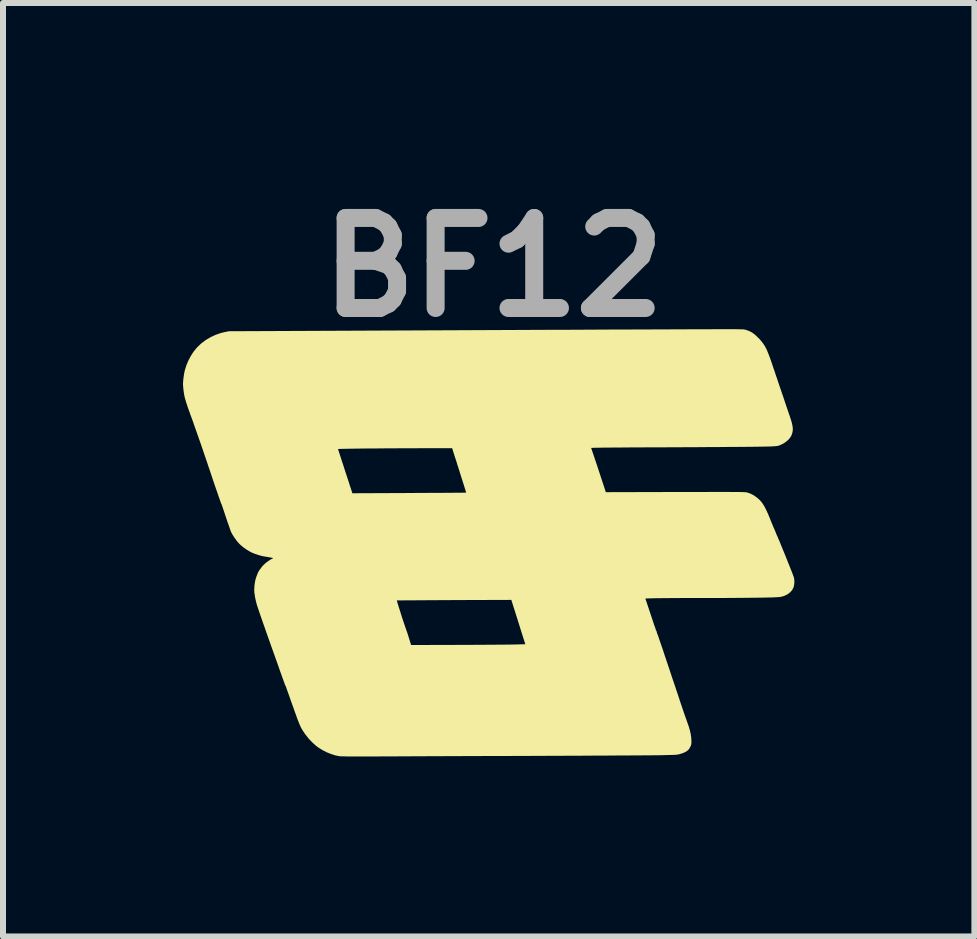
<source format=kicad_pcb>
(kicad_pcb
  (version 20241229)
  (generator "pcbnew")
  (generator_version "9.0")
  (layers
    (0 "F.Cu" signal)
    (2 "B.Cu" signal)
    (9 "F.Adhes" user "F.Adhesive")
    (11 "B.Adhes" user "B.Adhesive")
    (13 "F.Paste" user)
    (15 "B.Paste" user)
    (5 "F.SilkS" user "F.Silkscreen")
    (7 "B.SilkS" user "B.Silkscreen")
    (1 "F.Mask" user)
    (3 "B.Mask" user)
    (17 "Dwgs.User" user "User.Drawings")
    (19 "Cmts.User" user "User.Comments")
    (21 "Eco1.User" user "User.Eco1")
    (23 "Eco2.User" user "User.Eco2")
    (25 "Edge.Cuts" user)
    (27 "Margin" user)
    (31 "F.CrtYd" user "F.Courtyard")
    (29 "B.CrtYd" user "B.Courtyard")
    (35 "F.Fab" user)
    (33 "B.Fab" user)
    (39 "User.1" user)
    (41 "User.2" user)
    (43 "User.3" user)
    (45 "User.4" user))
  (footprint "BF12"
    (layer "F.Cu")
    (at 5.194 6.094)
    (property "Reference" "BF12" (at -0.02 -4.69 0) (layer "F.Fab") (effects (font (size 1.5 1.5) (thickness 0.3))))
    (attr board_only exclude_from_pos_files exclude_from_bom)
    (fp_poly (pts (xy 3.933 -3.658) (xy 3.949 -3.658) (xy 4.006 -3.658) (xy 4.052 -3.657) (xy 4.088 -3.656) (xy 4.117 -3.656) (xy 4.139 -3.655) (xy 4.156 -3.653) (xy 4.17 -3.651) (xy 4.181 -3.649) (xy 4.192 -3.645) (xy 4.203 -3.641) (xy 4.207 -3.64) (xy 4.25 -3.623) (xy 4.286 -3.604) (xy 4.319 -3.581) (xy 4.354 -3.552) (xy 4.365 -3.541) (xy 4.421 -3.485) (xy 4.466 -3.43) (xy 4.503 -3.375) (xy 4.533 -3.317) (xy 4.545 -3.288) (xy 4.554 -3.265) (xy 4.563 -3.244) (xy 4.568 -3.231) (xy 4.573 -3.217) (xy 4.576 -3.209) (xy 4.576 -3.209) (xy 4.579 -3.202) (xy 4.581 -3.197) (xy 4.584 -3.19) (xy 4.59 -3.172) (xy 4.6 -3.145) (xy 4.612 -3.109) (xy 4.627 -3.065) (xy 4.644 -3.014) (xy 4.664 -2.957) (xy 4.684 -2.895) (xy 4.707 -2.829) (xy 4.728 -2.765) (xy 4.753 -2.692) (xy 4.778 -2.619) (xy 4.802 -2.549) (xy 4.825 -2.481) (xy 4.846 -2.417) (xy 4.866 -2.359) (xy 4.883 -2.308) (xy 4.898 -2.265) (xy 4.909 -2.231) (xy 4.915 -2.216) (xy 4.935 -2.154) (xy 4.951 -2.101) (xy 4.961 -2.055) (xy 4.967 -2.016) (xy 4.968 -1.981) (xy 4.964 -1.949) (xy 4.956 -1.918) (xy 4.944 -1.886) (xy 4.94 -1.877) (xy 4.922 -1.849) (xy 4.896 -1.818) (xy 4.863 -1.789) (xy 4.827 -1.763) (xy 4.798 -1.746) (xy 4.783 -1.739) (xy 4.769 -1.732) (xy 4.756 -1.726) (xy 4.743 -1.721) (xy 4.729 -1.717) (xy 4.713 -1.713) (xy 4.693 -1.71) (xy 4.67 -1.708) (xy 4.642 -1.706) (xy 4.609 -1.704) (xy 4.569 -1.703) (xy 4.522 -1.702) (xy 4.466 -1.701) (xy 4.401 -1.7) (xy 4.326 -1.699) (xy 4.24 -1.698) (xy 4.217 -1.698) (xy 4.159 -1.697) (xy 4.09 -1.697) (xy 4.011 -1.696) (xy 3.923 -1.696) (xy 3.826 -1.695) (xy 3.723 -1.694) (xy 3.613 -1.694) (xy 3.499 -1.693) (xy 3.38 -1.692) (xy 3.258 -1.692) (xy 3.135 -1.691) (xy 3.01 -1.69) (xy 2.885 -1.69) (xy 2.762 -1.689) (xy 2.678 -1.689) (xy 2.534 -1.689) (xy 2.403 -1.688) (xy 2.282 -1.688) (xy 2.173 -1.687) (xy 2.075 -1.686) (xy 1.987 -1.686) (xy 1.909 -1.685) (xy 1.841 -1.685) (xy 1.783 -1.684) (xy 1.733 -1.683) (xy 1.693 -1.683) (xy 1.66 -1.682) (xy 1.636 -1.681) (xy 1.619 -1.68) (xy 1.609 -1.679) (xy 1.607 -1.678) (xy 1.609 -1.672) (xy 1.616 -1.654) (xy 1.625 -1.627) (xy 1.637 -1.592) (xy 1.652 -1.548) (xy 1.668 -1.499) (xy 1.687 -1.443) (xy 1.707 -1.384) (xy 1.728 -1.32) (xy 1.732 -1.307) (xy 1.852 -0.942) (xy 3.013 -0.945) (xy 3.153 -0.945) (xy 3.281 -0.945) (xy 3.398 -0.945) (xy 3.505 -0.945) (xy 3.601 -0.946) (xy 3.688 -0.946) (xy 3.765 -0.946) (xy 3.835 -0.946) (xy 3.896 -0.946) (xy 3.95 -0.945) (xy 3.997 -0.945) (xy 4.037 -0.945) (xy 4.072 -0.945) (xy 4.102 -0.944) (xy 4.126 -0.944) (xy 4.146 -0.943) (xy 4.163 -0.942) (xy 4.176 -0.941) (xy 4.187 -0.94) (xy 4.195 -0.939) (xy 4.202 -0.938) (xy 4.208 -0.937) (xy 4.213 -0.936) (xy 4.214 -0.935) (xy 4.269 -0.915) (xy 4.321 -0.887) (xy 4.373 -0.85) (xy 4.414 -0.814) (xy 4.441 -0.784) (xy 4.468 -0.747) (xy 4.496 -0.702) (xy 4.524 -0.647) (xy 4.554 -0.582) (xy 4.586 -0.505) (xy 4.591 -0.493) (xy 4.605 -0.457) (xy 4.619 -0.422) (xy 4.632 -0.391) (xy 4.642 -0.367) (xy 4.648 -0.353) (xy 4.657 -0.333) (xy 4.669 -0.306) (xy 4.681 -0.276) (xy 4.689 -0.256) (xy 4.7 -0.229) (xy 4.71 -0.207) (xy 4.717 -0.191) (xy 4.721 -0.184) (xy 4.724 -0.178) (xy 4.723 -0.177) (xy 4.723 -0.172) (xy 4.728 -0.163) (xy 4.732 -0.154) (xy 4.741 -0.135) (xy 4.753 -0.107) (xy 4.767 -0.071) (xy 4.784 -0.03) (xy 4.803 0.017) (xy 4.824 0.067) (xy 4.845 0.119) (xy 4.866 0.172) (xy 4.887 0.225) (xy 4.908 0.277) (xy 4.927 0.325) (xy 4.945 0.37) (xy 4.96 0.408) (xy 4.972 0.441) (xy 4.981 0.465) (xy 4.986 0.48) (xy 4.987 0.483) (xy 4.993 0.52) (xy 4.994 0.561) (xy 4.99 0.601) (xy 4.983 0.636) (xy 4.979 0.647) (xy 4.955 0.692) (xy 4.92 0.73) (xy 4.876 0.762) (xy 4.823 0.787) (xy 4.777 0.801) (xy 4.762 0.803) (xy 4.739 0.806) (xy 4.707 0.808) (xy 4.667 0.81) (xy 4.617 0.812) (xy 4.558 0.813) (xy 4.489 0.815) (xy 4.41 0.816) (xy 4.321 0.817) (xy 4.222 0.818) (xy 4.112 0.819) (xy 3.991 0.82) (xy 3.859 0.821) (xy 3.715 0.821) (xy 3.56 0.821) (xy 3.434 0.822) (xy 3.342 0.822) (xy 3.251 0.822) (xy 3.163 0.822) (xy 3.078 0.822) (xy 2.997 0.823) (xy 2.922 0.823) (xy 2.852 0.824) (xy 2.791 0.824) (xy 2.737 0.825) (xy 2.693 0.825) (xy 2.659 0.826) (xy 2.639 0.826) (xy 2.511 0.83) (xy 2.589 1.065) (xy 2.606 1.116) (xy 2.622 1.164) (xy 2.637 1.207) (xy 2.649 1.245) (xy 2.659 1.275) (xy 2.667 1.296) (xy 2.671 1.308) (xy 2.671 1.309) (xy 2.676 1.32) (xy 2.677 1.323) (xy 2.679 1.331) (xy 2.682 1.339) (xy 2.682 1.34) (xy 2.685 1.35) (xy 2.686 1.35) (xy 2.686 1.36) (xy 2.69 1.364) (xy 2.692 1.364) (xy 2.696 1.369) (xy 2.696 1.373) (xy 2.696 1.381) (xy 2.699 1.382) (xy 2.703 1.387) (xy 2.702 1.391) (xy 2.701 1.4) (xy 2.703 1.402) (xy 2.706 1.408) (xy 2.712 1.424) (xy 2.722 1.45) (xy 2.734 1.485) (xy 2.748 1.527) (xy 2.765 1.576) (xy 2.784 1.631) (xy 2.804 1.69) (xy 2.825 1.752) (xy 2.827 1.76) (xy 2.863 1.867) (xy 2.898 1.971) (xy 2.932 2.073) (xy 2.964 2.17) (xy 2.996 2.263) (xy 3.025 2.351) (xy 3.053 2.433) (xy 3.078 2.51) (xy 3.101 2.579) (xy 3.122 2.64) (xy 3.14 2.694) (xy 3.155 2.739) (xy 3.168 2.775) (xy 3.176 2.8) (xy 3.182 2.815) (xy 3.183 2.82) (xy 3.187 2.829) (xy 3.188 2.832) (xy 3.191 2.839) (xy 3.193 2.844) (xy 3.196 2.855) (xy 3.202 2.872) (xy 3.205 2.88) (xy 3.212 2.9) (xy 3.221 2.926) (xy 3.23 2.952) (xy 3.231 2.953) (xy 3.251 3.021) (xy 3.267 3.089) (xy 3.276 3.155) (xy 3.278 3.198) (xy 3.278 3.228) (xy 3.277 3.249) (xy 3.274 3.266) (xy 3.269 3.281) (xy 3.262 3.297) (xy 3.25 3.319) (xy 3.237 3.339) (xy 3.23 3.349) (xy 3.207 3.369) (xy 3.175 3.389) (xy 3.134 3.407) (xy 3.096 3.419) (xy 3.082 3.423) (xy 3.07 3.426) (xy 3.057 3.429) (xy 3.043 3.431) (xy 3.026 3.433) (xy 3.004 3.435) (xy 2.977 3.436) (xy 2.943 3.437) (xy 2.902 3.438) (xy 2.85 3.439) (xy 2.788 3.441) (xy 2.78 3.441) (xy 2.753 3.441) (xy 2.714 3.442) (xy 2.664 3.442) (xy 2.603 3.443) (xy 2.533 3.443) (xy 2.453 3.444) (xy 2.364 3.445) (xy 2.267 3.445) (xy 2.162 3.446) (xy 2.05 3.446) (xy 1.931 3.447) (xy 1.805 3.448) (xy 1.674 3.448) (xy 1.538 3.449) (xy 1.398 3.45) (xy 1.253 3.45) (xy 1.105 3.451) (xy 0.955 3.451) (xy 0.801 3.452) (xy 0.646 3.452) (xy 0.591 3.453) (xy 0.431 3.453) (xy 0.27 3.454) (xy 0.11 3.454) (xy -0.049 3.455) (xy -0.207 3.455) (xy -0.363 3.456) (xy -0.516 3.456) (xy -0.665 3.457) (xy -0.81 3.457) (xy -0.951 3.458) (xy -1.085 3.458) (xy -1.214 3.459) (xy -1.336 3.459) (xy -1.45 3.46) (xy -1.556 3.46) (xy -1.653 3.461) (xy -1.741 3.461) (xy -1.818 3.461) (xy -1.884 3.461) (xy -1.937 3.462) (xy -2.026 3.462) (xy -2.111 3.462) (xy -2.192 3.462) (xy -2.268 3.462) (xy -2.337 3.462) (xy -2.4 3.462) (xy -2.454 3.462) (xy -2.5 3.461) (xy -2.537 3.46) (xy -2.563 3.46) (xy -2.578 3.459) (xy -2.58 3.459) (xy -2.649 3.446) (xy -2.722 3.423) (xy -2.796 3.394) (xy -2.867 3.358) (xy -2.932 3.318) (xy -2.978 3.284) (xy -3.041 3.227) (xy -3.097 3.168) (xy -3.15 3.102) (xy -3.169 3.075) (xy -3.189 3.046) (xy -3.206 3.019) (xy -3.222 2.992) (xy -3.236 2.963) (xy -3.251 2.93) (xy -3.266 2.893) (xy -3.284 2.848) (xy -3.303 2.795) (xy -3.316 2.759) (xy -3.335 2.707) (xy -3.355 2.649) (xy -3.377 2.589) (xy -3.398 2.53) (xy -3.416 2.478) (xy -3.42 2.466) (xy -3.434 2.427) (xy -3.447 2.391) (xy -3.458 2.36) (xy -3.467 2.336) (xy -3.472 2.32) (xy -3.474 2.316) (xy -3.476 2.308) (xy -3.476 2.306) (xy -3.478 2.301) (xy -3.484 2.29) (xy -3.49 2.278) (xy -3.493 2.271) (xy -3.496 2.264) (xy -3.497 2.259) (xy -3.498 2.257) (xy -3.5 2.253) (xy -3.502 2.247) (xy -3.505 2.238) (xy -3.51 2.226) (xy -3.515 2.21) (xy -3.523 2.19) (xy -3.532 2.164) (xy -3.543 2.133) (xy -3.556 2.096) (xy -3.572 2.052) (xy -3.59 2.001) (xy -3.61 1.943) (xy -3.634 1.876) (xy -3.661 1.8) (xy -3.691 1.716) (xy -3.725 1.621) (xy -3.762 1.516) (xy -3.801 1.407) (xy -3.825 1.337) (xy -3.849 1.269) (xy -3.872 1.204) (xy -3.893 1.143) (xy -3.912 1.088) (xy -3.929 1.038) (xy -3.943 0.996) (xy -3.954 0.963) (xy -3.962 0.939) (xy -3.965 0.929) (xy -3.976 0.887) (xy -3.982 0.862) (xy -1.631 0.862) (xy -1.63 0.868) (xy -1.625 0.884) (xy -1.618 0.909) (xy -1.608 0.941) (xy -1.597 0.979) (xy -1.583 1.021) (xy -1.569 1.065) (xy -1.555 1.111) (xy -1.54 1.157) (xy -1.526 1.201) (xy -1.512 1.241) (xy -1.5 1.277) (xy -1.49 1.307) (xy -1.482 1.33) (xy -1.477 1.343) (xy -1.473 1.354) (xy -1.466 1.375) (xy -1.456 1.403) (xy -1.445 1.437) (xy -1.434 1.474) (xy -1.431 1.483) (xy -1.393 1.605) (xy -0.649 1.603) (xy -0.55 1.603) (xy -0.452 1.602) (xy -0.355 1.602) (xy -0.26 1.601) (xy -0.168 1.601) (xy -0.081 1.6) (xy 0.000312 1.6) (xy 0.075 1.599) (xy 0.143 1.599) (xy 0.202 1.598) (xy 0.251 1.598) (xy 0.289 1.597) (xy 0.302 1.597) (xy 0.51 1.592) (xy 0.394 1.223) (xy 0.277 0.853) (xy -0.676 0.856) (xy -0.783 0.857) (xy -0.886 0.857) (xy -0.985 0.858) (xy -1.08 0.858) (xy -1.17 0.859) (xy -1.253 0.859) (xy -1.33 0.86) (xy -1.4 0.86) (xy -1.462 0.86) (xy -1.515 0.861) (xy -1.559 0.861) (xy -1.593 0.861) (xy -1.616 0.861) (xy -1.629 0.862) (xy -1.631 0.862) (xy -3.982 0.862) (xy -3.985 0.848) (xy -3.992 0.816) (xy -3.997 0.79) (xy -3.998 0.773) (xy -3.998 0.767) (xy -3.999 0.76) (xy -4.001 0.758) (xy -4.003 0.751) (xy -4.005 0.733) (xy -4.007 0.707) (xy -4.007 0.683) (xy -4.004 0.62) (xy -3.996 0.558) (xy -3.983 0.501) (xy -3.966 0.451) (xy -3.964 0.446) (xy -3.955 0.426) (xy -3.949 0.408) (xy -3.946 0.398) (xy -3.946 0.398) (xy -3.943 0.391) (xy -3.94 0.39) (xy -3.935 0.385) (xy -3.934 0.381) (xy -3.93 0.369) (xy -3.926 0.364) (xy -3.919 0.355) (xy -3.908 0.34) (xy -3.894 0.321) (xy -3.894 0.32) (xy -3.866 0.285) (xy -3.828 0.248) (xy -3.785 0.214) (xy -3.74 0.184) (xy -3.716 0.171) (xy -3.701 0.163) (xy -3.692 0.157) (xy -3.691 0.155) (xy -3.698 0.154) (xy -3.714 0.151) (xy -3.738 0.146) (xy -3.769 0.141) (xy -3.791 0.137) (xy -3.827 0.131) (xy -3.862 0.125) (xy -3.892 0.118) (xy -3.914 0.112) (xy -3.922 0.11) (xy -3.948 0.101) (xy -3.977 0.092) (xy -3.989 0.088) (xy -4.034 0.071) (xy -4.084 0.046) (xy -4.136 0.014) (xy -4.186 -0.021) (xy -4.232 -0.059) (xy -4.26 -0.086) (xy -4.287 -0.116) (xy -4.315 -0.153) (xy -4.343 -0.193) (xy -4.368 -0.232) (xy -4.387 -0.267) (xy -4.393 -0.278) (xy -4.399 -0.293) (xy -4.408 -0.318) (xy -4.419 -0.351) (xy -4.433 -0.39) (xy -4.449 -0.435) (xy -4.465 -0.482) (xy -4.476 -0.516) (xy -4.492 -0.563) (xy -4.506 -0.606) (xy -4.519 -0.645) (xy -4.53 -0.677) (xy -4.538 -0.701) (xy -4.544 -0.717) (xy -4.545 -0.722) (xy -4.548 -0.732) (xy -4.548 -0.733) (xy -4.552 -0.741) (xy -4.554 -0.742) (xy -4.557 -0.749) (xy -4.563 -0.765) (xy -4.573 -0.792) (xy -4.585 -0.828) (xy -4.601 -0.872) (xy -4.618 -0.923) (xy -4.638 -0.98) (xy -4.66 -1.043) (xy -4.683 -1.111) (xy -4.707 -1.182) (xy -4.72 -1.221) (xy -4.745 -1.297) (xy -4.771 -1.372) (xy -4.795 -1.445) (xy -4.819 -1.515) (xy -4.841 -1.58) (xy -4.862 -1.64) (xy -4.868 -1.66) (xy -2.613 -1.66) (xy -2.607 -1.651) (xy -2.607 -1.649) (xy -2.607 -1.648) (xy -2.607 -1.647) (xy -2.606 -1.646) (xy -2.605 -1.642) (xy -2.603 -1.636) (xy -2.6 -1.627) (xy -2.596 -1.612) (xy -2.589 -1.593) (xy -2.581 -1.567) (xy -2.57 -1.534) (xy -2.557 -1.492) (xy -2.54 -1.441) (xy -2.52 -1.381) (xy -2.507 -1.34) (xy -2.488 -1.28) (xy -2.469 -1.223) (xy -2.451 -1.168) (xy -2.434 -1.117) (xy -2.42 -1.072) (xy -2.408 -1.035) (xy -2.398 -1.006) (xy -2.392 -0.987) (xy -2.392 -0.987) (xy -2.372 -0.924) (xy -1.425 -0.928) (xy -1.319 -0.929) (xy -1.216 -0.929) (xy -1.116 -0.93) (xy -1.022 -0.93) (xy -0.933 -0.931) (xy -0.85 -0.931) (xy -0.773 -0.932) (xy -0.704 -0.932) (xy -0.643 -0.933) (xy -0.59 -0.933) (xy -0.546 -0.933) (xy -0.513 -0.934) (xy -0.49 -0.934) (xy -0.478 -0.934) (xy -0.476 -0.934) (xy -0.478 -0.94) (xy -0.482 -0.957) (xy -0.49 -0.982) (xy -0.5 -1.014) (xy -0.512 -1.053) (xy -0.526 -1.097) (xy -0.536 -1.13) (xy -0.555 -1.188) (xy -0.575 -1.252) (xy -0.596 -1.319) (xy -0.617 -1.384) (xy -0.636 -1.446) (xy -0.653 -1.499) (xy -0.654 -1.5) (xy -0.709 -1.675) (xy -1.093 -1.675) (xy -1.205 -1.675) (xy -1.318 -1.674) (xy -1.429 -1.674) (xy -1.54 -1.674) (xy -1.649 -1.673) (xy -1.755 -1.673) (xy -1.858 -1.672) (xy -1.957 -1.671) (xy -2.052 -1.671) (xy -2.142 -1.67) (xy -2.226 -1.669) (xy -2.303 -1.668) (xy -2.374 -1.667) (xy -2.436 -1.666) (xy -2.49 -1.665) (xy -2.535 -1.664) (xy -2.571 -1.663) (xy -2.596 -1.662) (xy -2.61 -1.661) (xy -2.613 -1.66) (xy -4.868 -1.66) (xy -4.88 -1.693) (xy -4.895 -1.738) (xy -4.908 -1.774) (xy -4.917 -1.801) (xy -4.919 -1.806) (xy -4.932 -1.843) (xy -4.948 -1.889) (xy -4.966 -1.94) (xy -4.985 -1.993) (xy -5.003 -2.044) (xy -5.013 -2.073) (xy -5.027 -2.115) (xy -5.041 -2.153) (xy -5.053 -2.186) (xy -5.063 -2.213) (xy -5.07 -2.231) (xy -5.074 -2.239) (xy -5.074 -2.239) (xy -5.077 -2.246) (xy -5.076 -2.247) (xy -5.075 -2.251) (xy -5.079 -2.256) (xy -5.083 -2.264) (xy -5.082 -2.265) (xy -5.081 -2.269) (xy -5.083 -2.273) (xy -5.088 -2.282) (xy -5.095 -2.301) (xy -5.104 -2.326) (xy -5.115 -2.358) (xy -5.126 -2.392) (xy -5.138 -2.427) (xy -5.148 -2.46) (xy -5.157 -2.491) (xy -5.16 -2.501) (xy -5.169 -2.536) (xy -5.177 -2.579) (xy -5.184 -2.626) (xy -5.189 -2.673) (xy -5.193 -2.715) (xy -5.194 -2.747) (xy -5.193 -2.775) (xy -5.19 -2.812) (xy -5.185 -2.853) (xy -5.179 -2.896) (xy -5.172 -2.936) (xy -5.165 -2.97) (xy -5.163 -2.975) (xy -5.139 -3.054) (xy -5.105 -3.135) (xy -5.063 -3.214) (xy -5.02 -3.281) (xy -4.962 -3.352) (xy -4.895 -3.417) (xy -4.819 -3.475) (xy -4.737 -3.524) (xy -4.649 -3.565) (xy -4.557 -3.596) (xy -4.503 -3.609) (xy -4.43 -3.624) (xy -0.347 -3.642) (xy -0.123 -3.643) (xy 0.099 -3.644) (xy 0.318 -3.645) (xy 0.533 -3.646) (xy 0.746 -3.647) (xy 0.954 -3.648) (xy 1.159 -3.648) (xy 1.359 -3.649) (xy 1.554 -3.65) (xy 1.744 -3.651) (xy 1.929 -3.652) (xy 2.108 -3.652) (xy 2.281 -3.653) (xy 2.447 -3.654) (xy 2.606 -3.654) (xy 2.758 -3.655) (xy 2.903 -3.655) (xy 3.04 -3.656) (xy 3.169 -3.656) (xy 3.289 -3.657) (xy 3.401 -3.657) (xy 3.503 -3.657) (xy 3.596 -3.657) (xy 3.678 -3.658) (xy 3.751 -3.658) (xy 3.813 -3.658) (xy 3.865 -3.658) (xy 3.905 -3.658)) (stroke (width 0) (type solid)) (fill yes) (layer "F.SilkS")))
  (gr_rect
    (start -3 -3)
    (end 13.188 12.556)
    (stroke (width 0.1) (type default))
    (fill no)
    (layer "Edge.Cuts")))
</source>
